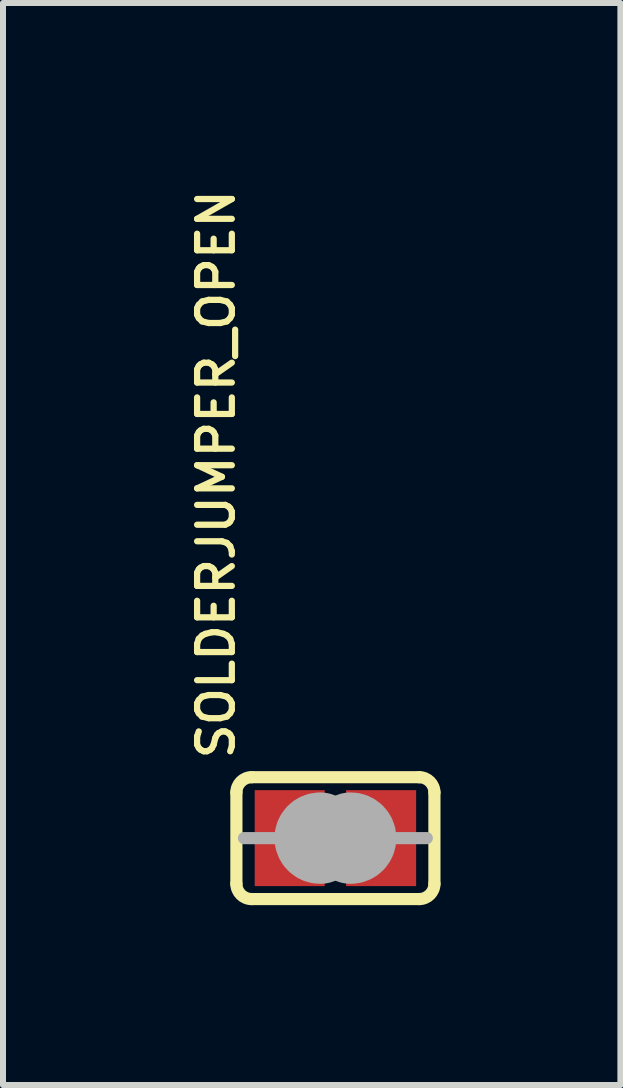
<source format=kicad_pcb>
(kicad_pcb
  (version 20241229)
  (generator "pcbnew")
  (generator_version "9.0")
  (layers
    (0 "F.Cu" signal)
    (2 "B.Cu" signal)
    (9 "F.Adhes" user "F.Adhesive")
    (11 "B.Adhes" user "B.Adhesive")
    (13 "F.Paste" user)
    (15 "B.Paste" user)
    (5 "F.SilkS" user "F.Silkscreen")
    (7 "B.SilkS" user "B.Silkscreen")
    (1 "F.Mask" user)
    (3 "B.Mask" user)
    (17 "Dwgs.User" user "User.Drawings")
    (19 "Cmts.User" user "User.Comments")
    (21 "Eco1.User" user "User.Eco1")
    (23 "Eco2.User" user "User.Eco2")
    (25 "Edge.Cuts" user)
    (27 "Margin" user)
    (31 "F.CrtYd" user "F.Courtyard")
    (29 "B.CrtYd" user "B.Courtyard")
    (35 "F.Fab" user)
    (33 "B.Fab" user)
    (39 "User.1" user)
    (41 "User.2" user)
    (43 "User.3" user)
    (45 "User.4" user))
  (footprint "SOLDERJUMPER_OPEN"
    (layer "F.Cu")
    (at 2.543 10.926)
    (property "Reference" "SOLDERJUMPER_OPEN" (at -1.651 -1.27 90) (layer "F.SilkS") (effects (font (size 0.579 0.579) (thickness 0.104)) (justify left bottom)))
    (attr through_hole)
    (fp_poly (pts (xy -1.27 -0.762) (xy 1.27 -0.762) (xy 1.27 0.762) (xy -1.27 0.762)) (stroke (width 0) (type solid)) (fill yes) (layer "F.Mask"))
    (fp_line (start -1.651 0.762) (end -1.651 -0.762) (stroke (width 0.203) (type solid)) (layer "F.SilkS"))
    (fp_line (start -1.397 -1.016) (end 1.397 -1.016) (stroke (width 0.203) (type solid)) (layer "F.SilkS"))
    (fp_line (start 1.397 1.016) (end -1.397 1.016) (stroke (width 0.203) (type solid)) (layer "F.SilkS"))
    (fp_line (start 1.651 0.762) (end 1.651 -0.762) (stroke (width 0.203) (type solid)) (layer "F.SilkS"))
    (fp_arc (start -1.651 -0.762) (mid -1.576605 -0.941605) (end -1.397 -1.016) (stroke (width 0.2032) (type solid)) (layer "F.SilkS"))
    (fp_arc (start -1.397 1.016) (mid -1.576605 0.941605) (end -1.651 0.762) (stroke (width 0.2032) (type solid)) (layer "F.SilkS"))
    (fp_arc (start 1.397 -1.016) (mid 1.576605 -0.941605) (end 1.651 -0.762) (stroke (width 0.2032) (type solid)) (layer "F.SilkS"))
    (fp_arc (start 1.651 0.762) (mid 1.576605 0.941605) (end 1.397 1.016) (stroke (width 0.2032) (type solid)) (layer "F.SilkS"))
    (fp_line (start -1.016 0) (end -1.524 0) (stroke (width 0.203) (type solid)) (layer "F.Fab"))
    (fp_line (start 1.016 0) (end 1.524 0) (stroke (width 0.203) (type solid)) (layer "F.Fab"))
    (fp_arc (start -0.254 0.127) (mid -0.381 0) (end -0.254 -0.127) (stroke (width 1.27) (type solid)) (layer "F.Fab"))
    (fp_arc (start 0.254 -0.127) (mid 0.381 0) (end 0.254 0.127) (stroke (width 1.27) (type solid)) (layer "F.Fab"))
    (pad "1" smd rect (at -0.762 0) (size 1.168 1.6) (layers "F.Cu" "F.Mask"))
    (pad "2" smd rect (at 0.762 0) (size 1.168 1.6) (layers "F.Cu" "F.Mask")))
  (gr_rect
    (start -3 -3)
    (end 7.295 15.043)
    (stroke (width 0.1) (type default))
    (fill no)
    (layer "Edge.Cuts")))
</source>
